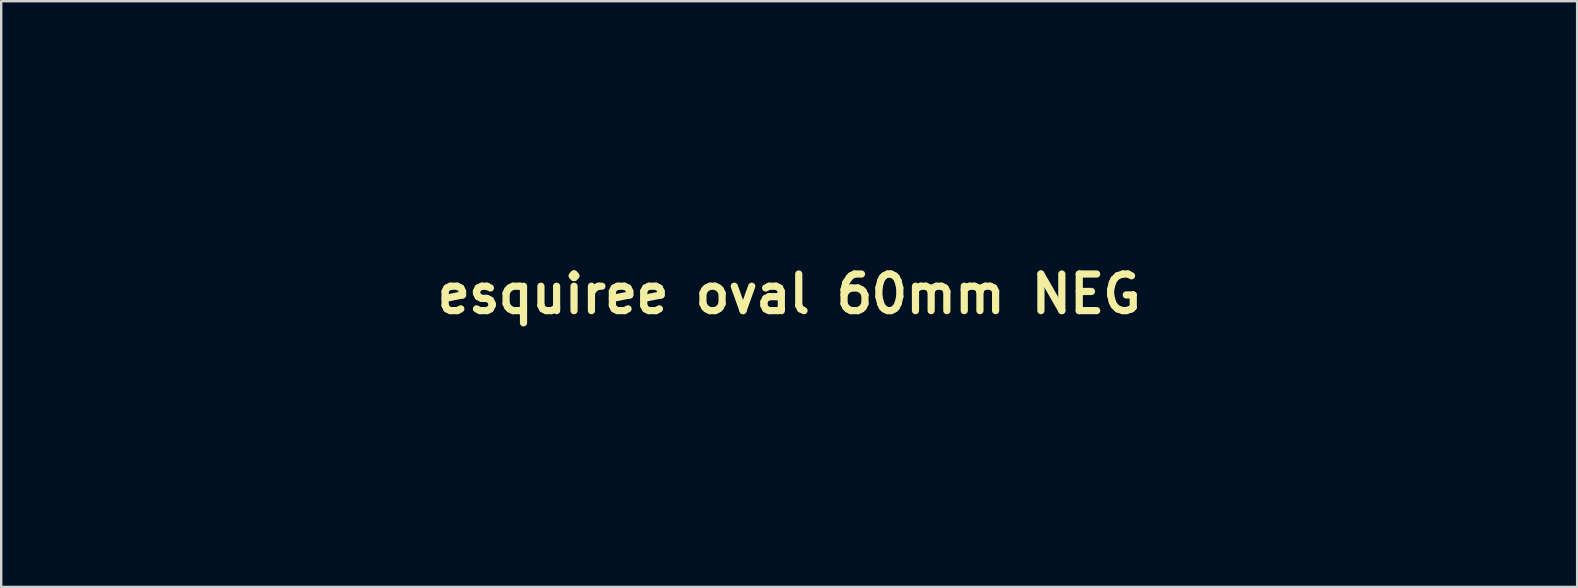
<source format=kicad_pcb>
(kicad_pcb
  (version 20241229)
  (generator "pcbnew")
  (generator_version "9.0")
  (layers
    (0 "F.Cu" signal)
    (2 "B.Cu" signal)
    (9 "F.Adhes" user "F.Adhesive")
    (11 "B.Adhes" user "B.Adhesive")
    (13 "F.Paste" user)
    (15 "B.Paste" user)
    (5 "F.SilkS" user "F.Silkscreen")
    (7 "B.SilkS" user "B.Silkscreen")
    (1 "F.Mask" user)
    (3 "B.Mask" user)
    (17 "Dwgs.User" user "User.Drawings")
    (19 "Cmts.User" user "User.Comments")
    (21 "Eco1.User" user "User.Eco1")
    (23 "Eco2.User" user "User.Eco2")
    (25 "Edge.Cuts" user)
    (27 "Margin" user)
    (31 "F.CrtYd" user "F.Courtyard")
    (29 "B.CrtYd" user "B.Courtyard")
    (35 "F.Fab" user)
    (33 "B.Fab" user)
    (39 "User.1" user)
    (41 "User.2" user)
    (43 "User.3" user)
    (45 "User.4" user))
  (footprint "esquiree oval 60mm NEG"
    (layer "F.Cu")
    (at 29.825 9.2)
    (property "Reference" "esquiree oval 60mm NEG" (at 0 0 0) (layer "F.SilkS") (effects (font (size 1.524 1.524) (thickness 0.3))))
    (attr through_hole)
    (fp_poly (pts (xy 5.907 -5.143) (xy 6.096 -5.071) (xy 6.334 -4.898) (xy 6.497 -4.678) (xy 6.583 -4.428) (xy 6.592 -4.167) (xy 6.525 -3.914) (xy 6.382 -3.686) (xy 6.162 -3.503) (xy 6.098 -3.467) (xy 5.816 -3.37) (xy 5.542 -3.372) (xy 5.309 -3.449) (xy 5.049 -3.614) (xy 4.876 -3.831) (xy 4.788 -4.103) (xy 4.775 -4.283) (xy 4.821 -4.565) (xy 4.946 -4.804) (xy 5.134 -4.992) (xy 5.368 -5.118) (xy 5.631 -5.171) (xy 5.907 -5.143)) (stroke (width 0.01) (type solid)) (fill yes) (layer "F.Mask"))
    (fp_poly (pts (xy 5.541 -3.003) (xy 5.739 -2.868) (xy 5.883 -2.664) (xy 5.895 -2.637) (xy 5.918 -2.567) (xy 5.927 -2.488) (xy 5.919 -2.389) (xy 5.892 -2.261) (xy 5.842 -2.092) (xy 5.766 -1.871) (xy 5.66 -1.59) (xy 5.522 -1.236) (xy 5.349 -0.8) (xy 5.332 -0.758) (xy 5.198 -0.422) (xy 5.078 -0.117) (xy 4.975 0.143) (xy 4.896 0.347) (xy 4.844 0.481) (xy 4.826 0.534) (xy 4.826 0.534) (xy 4.873 0.544) (xy 5.001 0.552) (xy 5.189 0.557) (xy 5.361 0.559) (xy 5.692 0.568) (xy 5.939 0.599) (xy 6.116 0.656) (xy 6.241 0.745) (xy 6.326 0.866) (xy 6.389 1.09) (xy 6.365 1.321) (xy 6.264 1.541) (xy 6.096 1.731) (xy 5.873 1.871) (xy 5.724 1.923) (xy 5.563 1.948) (xy 5.327 1.965) (xy 5.039 1.974) (xy 4.726 1.977) (xy 4.412 1.971) (xy 4.122 1.959) (xy 3.88 1.94) (xy 3.713 1.914) (xy 3.701 1.911) (xy 3.398 1.797) (xy 3.186 1.64) (xy 3.058 1.434) (xy 3.009 1.171) (xy 3.011 1.041) (xy 3.023 0.941) (xy 3.049 0.819) (xy 3.093 0.666) (xy 3.158 0.47) (xy 3.249 0.223) (xy 3.369 -0.088) (xy 3.521 -0.471) (xy 3.706 -0.927) (xy 3.89 -1.38) (xy 4.042 -1.747) (xy 4.166 -2.041) (xy 4.268 -2.27) (xy 4.352 -2.446) (xy 4.422 -2.577) (xy 4.484 -2.675) (xy 4.542 -2.75) (xy 4.581 -2.791) (xy 4.808 -2.96) (xy 5.056 -3.051) (xy 5.306 -3.064) (xy 5.541 -3.003)) (stroke (width 0.01) (type solid)) (fill yes) (layer "F.Mask"))
    (fp_poly (pts (xy -11.246 -3.932) (xy -11.133 -3.908) (xy -11.046 -3.851) (xy -10.962 -3.764) (xy -10.887 -3.675) (xy -10.843 -3.598) (xy -10.825 -3.505) (xy -10.827 -3.366) (xy -10.841 -3.175) (xy -10.853 -2.947) (xy -10.842 -2.75) (xy -10.802 -2.563) (xy -10.725 -2.367) (xy -10.604 -2.143) (xy -10.433 -1.871) (xy -10.292 -1.66) (xy -10.065 -1.314) (xy -9.895 -1.026) (xy -9.774 -0.775) (xy -9.696 -0.542) (xy -9.652 -0.306) (xy -9.633 -0.048) (xy -9.632 0.026) (xy -9.633 0.257) (xy -9.646 0.424) (xy -9.68 0.564) (xy -9.742 0.715) (xy -9.793 0.823) (xy -10.014 1.173) (xy -10.222 1.398) (xy -10.431 1.57) (xy -10.638 1.706) (xy -10.86 1.81) (xy -11.111 1.884) (xy -11.409 1.934) (xy -11.767 1.963) (xy -12.202 1.975) (xy -12.497 1.976) (xy -12.807 1.972) (xy -13.093 1.964) (xy -13.334 1.953) (xy -13.511 1.939) (xy -13.599 1.925) (xy -13.788 1.826) (xy -13.912 1.668) (xy -13.97 1.472) (xy -13.963 1.257) (xy -13.893 1.042) (xy -13.758 0.846) (xy -13.565 0.69) (xy -13.484 0.65) (xy -13.387 0.62) (xy -13.255 0.598) (xy -13.072 0.581) (xy -12.819 0.568) (xy -12.545 0.557) (xy -12.175 0.541) (xy -11.891 0.517) (xy -11.678 0.481) (xy -11.523 0.428) (xy -11.41 0.354) (xy -11.323 0.254) (xy -11.263 0.151) (xy -11.206 -0.006) (xy -11.199 -0.179) (xy -11.245 -0.384) (xy -11.348 -0.642) (xy -11.437 -0.827) (xy -11.646 -1.242) (xy -11.789 -0.959) (xy -11.972 -0.672) (xy -12.184 -0.467) (xy -12.414 -0.348) (xy -12.652 -0.318) (xy -12.887 -0.38) (xy -13.109 -0.536) (xy -13.136 -0.563) (xy -13.233 -0.687) (xy -13.276 -0.818) (xy -13.284 -0.963) (xy -13.279 -1.05) (xy -13.259 -1.149) (xy -13.219 -1.273) (xy -13.155 -1.432) (xy -13.062 -1.641) (xy -12.933 -1.911) (xy -12.764 -2.255) (xy -12.702 -2.382) (xy -12.491 -2.803) (xy -12.316 -3.141) (xy -12.168 -3.404) (xy -12.041 -3.603) (xy -11.927 -3.746) (xy -11.819 -3.841) (xy -11.709 -3.899) (xy -11.59 -3.928) (xy -11.454 -3.937) (xy -11.423 -3.937) (xy -11.246 -3.932)) (stroke (width 0.01) (type solid)) (fill yes) (layer "F.Mask"))
    (fp_poly (pts (xy 20.924 -3.12) (xy 21.303 -3.029) (xy 21.629 -2.869) (xy 21.869 -2.684) (xy 22.11 -2.422) (xy 22.267 -2.142) (xy 22.352 -1.82) (xy 22.374 -1.499) (xy 22.348 -1.148) (xy 22.261 -0.858) (xy 22.1 -0.603) (xy 21.896 -0.391) (xy 21.744 -0.265) (xy 21.592 -0.167) (xy 21.425 -0.094) (xy 21.226 -0.041) (xy 20.979 -0.004) (xy 20.668 0.02) (xy 20.277 0.035) (xy 20.13 0.039) (xy 19.79 0.047) (xy 19.539 0.056) (xy 19.363 0.067) (xy 19.249 0.081) (xy 19.185 0.099) (xy 19.157 0.123) (xy 19.152 0.149) (xy 19.197 0.267) (xy 19.317 0.381) (xy 19.485 0.473) (xy 19.619 0.512) (xy 19.733 0.524) (xy 19.93 0.536) (xy 20.193 0.545) (xy 20.505 0.552) (xy 20.846 0.556) (xy 21.011 0.557) (xy 21.4 0.56) (xy 21.74 0.567) (xy 22.017 0.579) (xy 22.219 0.594) (xy 22.334 0.611) (xy 22.341 0.613) (xy 22.52 0.726) (xy 22.632 0.908) (xy 22.669 1.148) (xy 22.669 1.153) (xy 22.619 1.424) (xy 22.478 1.65) (xy 22.248 1.829) (xy 22.177 1.867) (xy 22.109 1.897) (xy 22.03 1.92) (xy 21.927 1.936) (xy 21.787 1.947) (xy 21.595 1.954) (xy 21.338 1.959) (xy 21.004 1.962) (xy 20.701 1.964) (xy 20.329 1.965) (xy 19.977 1.962) (xy 19.662 1.956) (xy 19.401 1.948) (xy 19.21 1.938) (xy 19.121 1.928) (xy 18.739 1.824) (xy 18.391 1.656) (xy 18.097 1.439) (xy 17.879 1.184) (xy 17.855 1.145) (xy 17.714 0.854) (xy 17.626 0.54) (xy 17.587 0.179) (xy 17.589 -0.203) (xy 17.639 -0.692) (xy 17.75 -1.126) (xy 17.794 -1.226) (xy 19.507 -1.226) (xy 19.554 -1.199) (xy 19.678 -1.181) (xy 19.855 -1.17) (xy 20.062 -1.168) (xy 20.274 -1.174) (xy 20.467 -1.188) (xy 20.618 -1.211) (xy 20.668 -1.224) (xy 20.805 -1.312) (xy 20.864 -1.435) (xy 20.851 -1.57) (xy 20.77 -1.695) (xy 20.626 -1.785) (xy 20.544 -1.808) (xy 20.276 -1.808) (xy 20.008 -1.713) (xy 19.754 -1.53) (xy 19.723 -1.5) (xy 19.608 -1.375) (xy 19.53 -1.274) (xy 19.507 -1.226) (xy 17.794 -1.226) (xy 17.932 -1.535) (xy 18.106 -1.822) (xy 18.454 -2.264) (xy 18.85 -2.62) (xy 19.292 -2.887) (xy 19.773 -3.062) (xy 20.289 -3.144) (xy 20.477 -3.15) (xy 20.924 -3.12)) (stroke (width 0.01) (type solid)) (fill yes) (layer "F.Mask"))
    (fp_poly (pts (xy 15.454 -3.133) (xy 15.86 -3.043) (xy 16.225 -2.885) (xy 16.532 -2.662) (xy 16.602 -2.591) (xy 16.69 -2.474) (xy 16.791 -2.307) (xy 16.855 -2.184) (xy 16.929 -2.01) (xy 16.971 -1.844) (xy 16.988 -1.645) (xy 16.99 -1.499) (xy 16.964 -1.147) (xy 16.876 -0.857) (xy 16.714 -0.601) (xy 16.511 -0.391) (xy 16.359 -0.265) (xy 16.207 -0.167) (xy 16.04 -0.094) (xy 15.841 -0.041) (xy 15.594 -0.004) (xy 15.283 0.02) (xy 14.892 0.035) (xy 14.745 0.039) (xy 14.405 0.047) (xy 14.154 0.056) (xy 13.978 0.067) (xy 13.864 0.081) (xy 13.8 0.099) (xy 13.772 0.123) (xy 13.767 0.149) (xy 13.813 0.267) (xy 13.932 0.381) (xy 14.1 0.473) (xy 14.234 0.512) (xy 14.348 0.524) (xy 14.545 0.536) (xy 14.809 0.545) (xy 15.12 0.552) (xy 15.461 0.556) (xy 15.626 0.557) (xy 16.015 0.56) (xy 16.355 0.567) (xy 16.632 0.579) (xy 16.834 0.594) (xy 16.949 0.611) (xy 16.956 0.613) (xy 17.135 0.726) (xy 17.247 0.908) (xy 17.285 1.148) (xy 17.284 1.153) (xy 17.234 1.424) (xy 17.093 1.65) (xy 16.863 1.829) (xy 16.792 1.867) (xy 16.724 1.897) (xy 16.645 1.92) (xy 16.542 1.936) (xy 16.402 1.947) (xy 16.21 1.954) (xy 15.953 1.959) (xy 15.619 1.962) (xy 15.316 1.964) (xy 14.944 1.965) (xy 14.59 1.962) (xy 14.273 1.956) (xy 14.009 1.947) (xy 13.816 1.936) (xy 13.725 1.926) (xy 13.355 1.822) (xy 13.009 1.649) (xy 12.709 1.423) (xy 12.479 1.158) (xy 12.403 1.031) (xy 12.285 0.709) (xy 12.215 0.325) (xy 12.194 -0.095) (xy 12.223 -0.522) (xy 12.303 -0.93) (xy 12.356 -1.101) (xy 12.412 -1.226) (xy 14.122 -1.226) (xy 14.169 -1.199) (xy 14.293 -1.181) (xy 14.47 -1.17) (xy 14.677 -1.168) (xy 14.889 -1.174) (xy 15.083 -1.188) (xy 15.234 -1.211) (xy 15.284 -1.224) (xy 15.42 -1.312) (xy 15.479 -1.435) (xy 15.466 -1.57) (xy 15.385 -1.695) (xy 15.241 -1.785) (xy 15.159 -1.808) (xy 14.891 -1.808) (xy 14.623 -1.713) (xy 14.37 -1.53) (xy 14.339 -1.5) (xy 14.223 -1.375) (xy 14.145 -1.274) (xy 14.122 -1.226) (xy 12.412 -1.226) (xy 12.566 -1.566) (xy 12.853 -2.002) (xy 13.2 -2.39) (xy 13.59 -2.706) (xy 13.741 -2.8) (xy 14.149 -2.99) (xy 14.582 -3.108) (xy 15.022 -3.155) (xy 15.454 -3.133)) (stroke (width 0.01) (type solid)) (fill yes) (layer "F.Mask"))
    (fp_poly (pts (xy -5.798 -3.128) (xy -5.44 -3.067) (xy -5.224 -2.999) (xy -4.849 -2.799) (xy -4.543 -2.53) (xy -4.31 -2.202) (xy -4.158 -1.828) (xy -4.09 -1.418) (xy -4.114 -0.984) (xy -4.132 -0.882) (xy -4.167 -0.762) (xy -4.238 -0.555) (xy -4.341 -0.271) (xy -4.474 0.084) (xy -4.634 0.5) (xy -4.817 0.97) (xy -5.021 1.486) (xy -5.243 2.04) (xy -5.345 2.293) (xy -6.481 5.105) (xy -5.939 5.136) (xy -5.571 5.172) (xy -5.295 5.238) (xy -5.104 5.34) (xy -4.989 5.482) (xy -4.944 5.669) (xy -4.951 5.834) (xy -5.03 6.103) (xy -5.193 6.316) (xy -5.431 6.467) (xy -5.534 6.507) (xy -5.649 6.537) (xy -5.794 6.557) (xy -5.988 6.571) (xy -6.25 6.58) (xy -6.502 6.585) (xy -6.803 6.587) (xy -7.087 6.583) (xy -7.328 6.574) (xy -7.506 6.561) (xy -7.569 6.551) (xy -7.832 6.461) (xy -8.041 6.303) (xy -8.171 6.142) (xy -8.225 6.051) (xy -8.261 5.955) (xy -8.276 5.843) (xy -8.268 5.706) (xy -8.235 5.534) (xy -8.173 5.317) (xy -8.081 5.046) (xy -7.956 4.711) (xy -7.796 4.301) (xy -7.598 3.809) (xy -7.597 3.804) (xy -7.439 3.414) (xy -7.289 3.044) (xy -7.153 2.707) (xy -7.036 2.416) (xy -6.942 2.184) (xy -6.878 2.026) (xy -6.855 1.968) (xy -6.757 1.726) (xy -6.967 1.832) (xy -7.297 1.948) (xy -7.64 1.971) (xy -7.979 1.907) (xy -8.299 1.763) (xy -8.586 1.545) (xy -8.823 1.257) (xy -8.923 1.081) (xy -9.042 0.736) (xy -9.094 0.333) (xy -9.08 -0.109) (xy -9.069 -0.178) (xy -7.5 -0.178) (xy -7.478 0.07) (xy -7.391 0.273) (xy -7.249 0.409) (xy -7.042 0.485) (xy -6.788 0.504) (xy -6.526 0.466) (xy -6.374 0.413) (xy -6.292 0.372) (xy -6.227 0.324) (xy -6.169 0.253) (xy -6.108 0.141) (xy -6.034 -0.028) (xy -5.937 -0.269) (xy -5.901 -0.361) (xy -5.769 -0.713) (xy -5.683 -0.987) (xy -5.644 -1.198) (xy -5.649 -1.358) (xy -5.699 -1.481) (xy -5.793 -1.58) (xy -5.837 -1.611) (xy -6.072 -1.712) (xy -6.324 -1.718) (xy -6.586 -1.629) (xy -6.848 -1.449) (xy -6.996 -1.305) (xy -7.207 -1.034) (xy -7.363 -0.745) (xy -7.461 -0.454) (xy -7.5 -0.178) (xy -9.069 -0.178) (xy -9.002 -0.57) (xy -8.86 -1.032) (xy -8.826 -1.118) (xy -8.56 -1.659) (xy -8.238 -2.126) (xy -7.866 -2.512) (xy -7.448 -2.813) (xy -6.989 -3.025) (xy -6.896 -3.055) (xy -6.564 -3.123) (xy -6.185 -3.147) (xy -5.798 -3.128)) (stroke (width 0.01) (type solid)) (fill yes) (layer "F.Mask"))
    (fp_poly (pts (xy 8.455 -3.939) (xy 8.623 -3.86) (xy 8.749 -3.711) (xy 8.849 -3.478) (xy 8.868 -3.416) (xy 8.932 -3.244) (xy 9 -3.153) (xy 9.059 -3.126) (xy 9.141 -3.118) (xy 9.309 -3.11) (xy 9.544 -3.102) (xy 9.829 -3.094) (xy 10.149 -3.087) (xy 10.236 -3.086) (xy 10.604 -3.079) (xy 10.886 -3.07) (xy 11.096 -3.059) (xy 11.25 -3.044) (xy 11.364 -3.023) (xy 11.452 -2.995) (xy 11.5 -2.973) (xy 11.69 -2.834) (xy 11.793 -2.642) (xy 11.81 -2.399) (xy 11.739 -2.106) (xy 11.726 -2.071) (xy 11.615 -1.916) (xy 11.42 -1.786) (xy 11.155 -1.688) (xy 10.973 -1.649) (xy 10.644 -1.595) (xy 10.255 -1.154) (xy 9.957 -0.789) (xy 9.75 -0.467) (xy 9.632 -0.187) (xy 9.603 0.053) (xy 9.661 0.255) (xy 9.705 0.322) (xy 9.802 0.414) (xy 9.936 0.48) (xy 10.121 0.524) (xy 10.374 0.549) (xy 10.71 0.558) (xy 10.784 0.559) (xy 11.123 0.566) (xy 11.377 0.591) (xy 11.561 0.638) (xy 11.692 0.711) (xy 11.784 0.817) (xy 11.812 0.866) (xy 11.877 1.093) (xy 11.854 1.326) (xy 11.752 1.547) (xy 11.582 1.735) (xy 11.354 1.872) (xy 11.264 1.904) (xy 11.076 1.941) (xy 10.814 1.967) (xy 10.501 1.982) (xy 10.161 1.986) (xy 9.818 1.98) (xy 9.496 1.964) (xy 9.218 1.937) (xy 9.008 1.901) (xy 8.949 1.884) (xy 8.662 1.737) (xy 8.4 1.512) (xy 8.19 1.234) (xy 8.119 1.097) (xy 8.059 0.944) (xy 8.023 0.786) (xy 8.006 0.591) (xy 8.002 0.356) (xy 8.005 0.117) (xy 8.019 -0.057) (xy 8.052 -0.202) (xy 8.111 -0.355) (xy 8.166 -0.476) (xy 8.285 -0.697) (xy 8.437 -0.941) (xy 8.59 -1.158) (xy 8.593 -1.162) (xy 8.72 -1.325) (xy 8.826 -1.462) (xy 8.894 -1.549) (xy 8.904 -1.562) (xy 8.909 -1.597) (xy 8.847 -1.617) (xy 8.704 -1.625) (xy 8.623 -1.626) (xy 8.292 -1.626) (xy 8.124 -1.21) (xy 7.955 -0.86) (xy 7.766 -0.596) (xy 7.746 -0.575) (xy 7.618 -0.45) (xy 7.515 -0.384) (xy 7.401 -0.359) (xy 7.296 -0.356) (xy 7.019 -0.393) (xy 6.807 -0.501) (xy 6.667 -0.673) (xy 6.606 -0.902) (xy 6.604 -0.956) (xy 6.623 -1.058) (xy 6.676 -1.237) (xy 6.756 -1.476) (xy 6.857 -1.759) (xy 6.973 -2.069) (xy 7.098 -2.39) (xy 7.224 -2.705) (xy 7.346 -2.997) (xy 7.457 -3.251) (xy 7.551 -3.45) (xy 7.599 -3.54) (xy 7.776 -3.775) (xy 7.98 -3.915) (xy 8.219 -3.962) (xy 8.228 -3.962) (xy 8.455 -3.939)) (stroke (width 0.01) (type solid)) (fill yes) (layer "F.Mask"))
    (fp_poly (pts (xy -1.264 -3.141) (xy -1.141 -3.102) (xy -1.021 -3.015) (xy -0.977 -2.976) (xy -0.864 -2.862) (xy -0.808 -2.763) (xy -0.79 -2.632) (xy -0.789 -2.531) (xy -0.797 -2.408) (xy -0.825 -2.266) (xy -0.878 -2.089) (xy -0.961 -1.861) (xy -1.078 -1.564) (xy -1.137 -1.422) (xy -1.326 -0.96) (xy -1.479 -0.582) (xy -1.595 -0.279) (xy -1.678 -0.042) (xy -1.729 0.139) (xy -1.752 0.272) (xy -1.746 0.367) (xy -1.716 0.432) (xy -1.663 0.478) (xy -1.59 0.513) (xy -1.586 0.514) (xy -1.379 0.549) (xy -1.132 0.522) (xy -0.878 0.446) (xy -0.65 0.329) (xy -0.481 0.183) (xy -0.461 0.158) (xy -0.411 0.068) (xy -0.33 -0.102) (xy -0.224 -0.336) (xy -0.099 -0.622) (xy 0.037 -0.943) (xy 0.156 -1.23) (xy 0.346 -1.687) (xy 0.509 -2.057) (xy 0.651 -2.351) (xy 0.78 -2.578) (xy 0.901 -2.749) (xy 1.023 -2.873) (xy 1.151 -2.96) (xy 1.292 -3.019) (xy 1.417 -3.052) (xy 1.648 -3.062) (xy 1.873 -2.999) (xy 2.059 -2.876) (xy 2.155 -2.75) (xy 2.198 -2.654) (xy 2.223 -2.553) (xy 2.227 -2.438) (xy 2.207 -2.295) (xy 2.161 -2.114) (xy 2.085 -1.883) (xy 1.977 -1.59) (xy 1.834 -1.224) (xy 1.702 -0.893) (xy 1.563 -0.546) (xy 1.438 -0.23) (xy 1.331 0.045) (xy 1.248 0.266) (xy 1.192 0.419) (xy 1.169 0.493) (xy 1.168 0.496) (xy 1.199 0.525) (xy 1.297 0.545) (xy 1.475 0.556) (xy 1.74 0.559) (xy 2.065 0.568) (xy 2.305 0.598) (xy 2.475 0.655) (xy 2.591 0.745) (xy 2.669 0.875) (xy 2.69 0.933) (xy 2.723 1.183) (xy 2.664 1.427) (xy 2.522 1.646) (xy 2.306 1.821) (xy 2.27 1.841) (xy 2.181 1.883) (xy 2.085 1.913) (xy 1.963 1.935) (xy 1.798 1.951) (xy 1.572 1.962) (xy 1.266 1.971) (xy 1.197 1.972) (xy 0.815 1.978) (xy 0.518 1.973) (xy 0.292 1.955) (xy 0.121 1.92) (xy -0.01 1.868) (xy -0.117 1.794) (xy -0.186 1.728) (xy -0.279 1.635) (xy -0.338 1.609) (xy -0.397 1.643) (xy -0.43 1.672) (xy -0.553 1.774) (xy -0.677 1.849) (xy -0.82 1.901) (xy -1.002 1.934) (xy -1.242 1.954) (xy -1.559 1.964) (xy -1.676 1.966) (xy -1.959 1.967) (xy -2.214 1.963) (xy -2.42 1.955) (xy -2.556 1.943) (xy -2.591 1.936) (xy -2.931 1.776) (xy -3.182 1.566) (xy -3.397 1.275) (xy -3.514 0.96) (xy -3.535 0.616) (xy -3.485 0.328) (xy -3.435 0.165) (xy -3.353 -0.065) (xy -3.246 -0.347) (xy -3.119 -0.667) (xy -2.98 -1.008) (xy -2.835 -1.357) (xy -2.689 -1.697) (xy -2.551 -2.014) (xy -2.425 -2.293) (xy -2.318 -2.518) (xy -2.236 -2.674) (xy -2.196 -2.737) (xy -1.988 -2.956) (xy -1.778 -3.088) (xy -1.543 -3.145) (xy -1.44 -3.15) (xy -1.264 -3.141)) (stroke (width 0.01) (type solid)) (fill yes) (layer "F.Mask"))
    (fp_poly (pts (xy -14.656 -7.036) (xy -14.099 -7.035) (xy -13.635 -7.033) (xy -13.253 -7.029) (xy -12.946 -7.022) (xy -12.702 -7.01) (xy -12.514 -6.994) (xy -12.371 -6.972) (xy -12.264 -6.944) (xy -12.185 -6.908) (xy -12.123 -6.865) (xy -12.07 -6.812) (xy -12.065 -6.807) (xy -11.969 -6.63) (xy -11.944 -6.412) (xy -11.985 -6.176) (xy -12.085 -5.946) (xy -12.238 -5.747) (xy -12.359 -5.648) (xy -12.565 -5.512) (xy -14.271 -5.486) (xy -15.977 -5.461) (xy -16.468 -4.242) (xy -16.958 -3.023) (xy -16.315 -2.996) (xy -16.064 -2.983) (xy -15.846 -2.966) (xy -15.684 -2.946) (xy -15.598 -2.927) (xy -15.596 -2.925) (xy -15.392 -2.754) (xy -15.273 -2.54) (xy -15.241 -2.3) (xy -15.296 -2.052) (xy -15.442 -1.813) (xy -15.458 -1.794) (xy -15.583 -1.665) (xy -15.711 -1.57) (xy -15.86 -1.503) (xy -16.048 -1.46) (xy -16.293 -1.435) (xy -16.611 -1.425) (xy -16.82 -1.424) (xy -17.613 -1.422) (xy -18.331 0.346) (xy -18.493 0.745) (xy -18.642 1.115) (xy -18.774 1.444) (xy -18.885 1.722) (xy -18.971 1.94) (xy -19.027 2.085) (xy -19.05 2.148) (xy -19.05 2.149) (xy -19.001 2.157) (xy -18.86 2.163) (xy -18.638 2.17) (xy -18.344 2.175) (xy -17.989 2.18) (xy -17.583 2.184) (xy -17.136 2.186) (xy -16.726 2.187) (xy -16.24 2.189) (xy -15.777 2.192) (xy -15.35 2.197) (xy -14.969 2.202) (xy -14.646 2.209) (xy -14.392 2.217) (xy -14.22 2.225) (xy -14.151 2.232) (xy -13.951 2.286) (xy -13.802 2.387) (xy -13.752 2.439) (xy -13.667 2.545) (xy -13.626 2.642) (xy -13.617 2.773) (xy -13.624 2.898) (xy -13.685 3.188) (xy -13.824 3.421) (xy -14.05 3.605) (xy -14.159 3.665) (xy -14.402 3.785) (xy -17.075 3.802) (xy -19.749 3.819) (xy -19.996 4.361) (xy -20.293 4.959) (xy -20.598 5.468) (xy -20.922 5.898) (xy -21.275 6.262) (xy -21.667 6.571) (xy -22.108 6.837) (xy -22.192 6.88) (xy -22.6 7.042) (xy -23.062 7.154) (xy -23.549 7.211) (xy -24.032 7.212) (xy -24.482 7.155) (xy -24.715 7.094) (xy -25.187 6.892) (xy -25.59 6.62) (xy -25.921 6.286) (xy -26.175 5.9) (xy -26.346 5.469) (xy -26.432 5.002) (xy -26.428 4.683) (xy -24.635 4.683) (xy -24.598 4.932) (xy -24.486 5.167) (xy -24.296 5.37) (xy -24.12 5.483) (xy -23.868 5.562) (xy -23.571 5.577) (xy -23.26 5.531) (xy -22.982 5.431) (xy -22.765 5.295) (xy -22.522 5.094) (xy -22.278 4.85) (xy -22.055 4.589) (xy -21.877 4.335) (xy -21.806 4.207) (xy -21.726 4.04) (xy -21.667 3.91) (xy -21.641 3.843) (xy -21.641 3.84) (xy -21.689 3.831) (xy -21.824 3.823) (xy -22.032 3.817) (xy -22.296 3.812) (xy -22.604 3.81) (xy -22.724 3.81) (xy -23.115 3.812) (xy -23.419 3.817) (xy -23.651 3.827) (xy -23.825 3.843) (xy -23.956 3.866) (xy -24.043 3.89) (xy -24.301 4.024) (xy -24.486 4.212) (xy -24.598 4.437) (xy -24.635 4.683) (xy -26.428 4.683) (xy -26.426 4.509) (xy -26.325 3.997) (xy -26.322 3.986) (xy -26.179 3.639) (xy -25.961 3.293) (xy -25.692 2.98) (xy -25.395 2.732) (xy -25.168 2.594) (xy -24.918 2.48) (xy -24.636 2.387) (xy -24.31 2.314) (xy -23.931 2.259) (xy -23.487 2.221) (xy -22.968 2.197) (xy -22.363 2.186) (xy -22.068 2.185) (xy -20.946 2.184) (xy -20.253 0.47) (xy -20.094 0.074) (xy -19.945 -0.293) (xy -19.813 -0.623) (xy -19.7 -0.902) (xy -19.613 -1.12) (xy -19.555 -1.265) (xy -19.531 -1.327) (xy -19.53 -1.374) (xy -19.581 -1.404) (xy -19.704 -1.423) (xy -19.817 -1.433) (xy -20.002 -1.452) (xy -20.124 -1.488) (xy -20.218 -1.556) (xy -20.277 -1.617) (xy -20.371 -1.745) (xy -20.413 -1.88) (xy -20.422 -2.035) (xy -20.39 -2.307) (xy -20.285 -2.53) (xy -20.134 -2.702) (xy -19.995 -2.813) (xy -19.836 -2.891) (xy -19.635 -2.944) (xy -19.364 -2.98) (xy -19.256 -2.989) (xy -18.827 -3.023) (xy -18.129 -4.714) (xy -17.963 -5.114) (xy -17.804 -5.492) (xy -17.657 -5.837) (xy -17.528 -6.136) (xy -17.421 -6.376) (xy -17.343 -6.545) (xy -17.303 -6.625) (xy -17.246 -6.72) (xy -17.192 -6.799) (xy -17.129 -6.863) (xy -17.051 -6.915) (xy -16.945 -6.955) (xy -16.805 -6.985) (xy -16.619 -7.007) (xy -16.379 -7.021) (xy -16.076 -7.03) (xy -15.699 -7.034) (xy -15.24 -7.036) (xy -14.69 -7.036) (xy -14.656 -7.036)) (stroke (width 0.01) (type solid)) (fill yes) (layer "F.Mask"))
    (fp_poly (pts (xy 29.82 9.195) (xy -29.82 9.195) (xy -29.82 -0.1) (xy -29.032 -0.1) (xy -29.032 -0.025) (xy -29.032 0.653) (xy -29.031 1.238) (xy -29.029 1.74) (xy -29.025 2.168) (xy -29.018 2.53) (xy -29.007 2.836) (xy -28.993 3.095) (xy -28.973 3.316) (xy -28.948 3.508) (xy -28.917 3.68) (xy -28.879 3.841) (xy -28.833 4.001) (xy -28.779 4.167) (xy -28.715 4.35) (xy -28.691 4.42) (xy -28.393 5.12) (xy -28.013 5.772) (xy -27.558 6.368) (xy -27.035 6.903) (xy -26.454 7.369) (xy -25.822 7.761) (xy -25.146 8.072) (xy -24.435 8.296) (xy -23.696 8.427) (xy -23.68 8.429) (xy -23.604 8.432) (xy -23.429 8.435) (xy -23.16 8.437) (xy -22.799 8.44) (xy -22.349 8.442) (xy -21.813 8.444) (xy -21.196 8.446) (xy -20.499 8.448) (xy -19.727 8.45) (xy -18.882 8.452) (xy -17.967 8.454) (xy -16.987 8.456) (xy -15.944 8.457) (xy -14.841 8.458) (xy -13.682 8.46) (xy -12.47 8.461) (xy -11.208 8.462) (xy -9.899 8.462) (xy -8.547 8.463) (xy -7.154 8.463) (xy -5.725 8.464) (xy -4.262 8.464) (xy -2.768 8.464) (xy -1.247 8.464) (xy 0.229 8.463) (xy 2.077 8.463) (xy 3.826 8.462) (xy 5.48 8.461) (xy 7.04 8.461) (xy 8.509 8.46) (xy 9.891 8.459) (xy 11.187 8.459) (xy 12.402 8.458) (xy 13.536 8.457) (xy 14.594 8.456) (xy 15.578 8.454) (xy 16.49 8.453) (xy 17.334 8.452) (xy 18.112 8.45) (xy 18.826 8.449) (xy 19.481 8.447) (xy 20.078 8.445) (xy 20.62 8.443) (xy 21.11 8.44) (xy 21.55 8.438) (xy 21.944 8.435) (xy 22.294 8.432) (xy 22.604 8.429) (xy 22.874 8.425) (xy 23.11 8.421) (xy 23.312 8.417) (xy 23.484 8.413) (xy 23.629 8.408) (xy 23.75 8.404) (xy 23.848 8.398) (xy 23.928 8.393) (xy 23.991 8.387) (xy 24.041 8.381) (xy 24.079 8.374) (xy 24.105 8.369) (xy 24.769 8.18) (xy 25.362 7.956) (xy 25.908 7.683) (xy 26.355 7.407) (xy 26.909 6.976) (xy 27.42 6.467) (xy 27.875 5.896) (xy 28.261 5.281) (xy 28.565 4.639) (xy 28.672 4.343) (xy 28.733 4.154) (xy 28.786 3.986) (xy 28.83 3.83) (xy 28.867 3.675) (xy 28.897 3.511) (xy 28.921 3.33) (xy 28.94 3.121) (xy 28.954 2.875) (xy 28.966 2.581) (xy 28.974 2.23) (xy 28.98 1.812) (xy 28.985 1.318) (xy 28.99 0.737) (xy 28.993 0.371) (xy 28.997 -0.325) (xy 28.999 -0.957) (xy 28.997 -1.518) (xy 28.994 -2.003) (xy 28.987 -2.407) (xy 28.978 -2.723) (xy 28.967 -2.945) (xy 28.962 -3.007) (xy 28.834 -3.799) (xy 28.618 -4.542) (xy 28.312 -5.238) (xy 27.916 -5.888) (xy 27.429 -6.494) (xy 27.254 -6.679) (xy 26.669 -7.21) (xy 26.047 -7.648) (xy 25.38 -7.998) (xy 24.66 -8.263) (xy 24.042 -8.418) (xy 24.004 -8.425) (xy 23.96 -8.432) (xy 23.907 -8.438) (xy 23.841 -8.444) (xy 23.762 -8.45) (xy 23.664 -8.455) (xy 23.547 -8.46) (xy 23.407 -8.465) (xy 23.242 -8.469) (xy 23.048 -8.473) (xy 22.822 -8.477) (xy 22.563 -8.481) (xy 22.267 -8.484) (xy 21.932 -8.487) (xy 21.555 -8.49) (xy 21.132 -8.492) (xy 20.662 -8.494) (xy 20.141 -8.497) (xy 19.567 -8.498) (xy 18.937 -8.5) (xy 18.249 -8.502) (xy 17.498 -8.503) (xy 16.684 -8.504) (xy 15.802 -8.505) (xy 14.85 -8.506) (xy 13.826 -8.507) (xy 12.727 -8.507) (xy 11.549 -8.508) (xy 10.29 -8.508) (xy 8.948 -8.508) (xy 7.519 -8.509) (xy 6.001 -8.509) (xy 4.391 -8.509) (xy 2.687 -8.509) (xy 0.885 -8.509) (xy -0.025 -8.509) (xy -1.876 -8.509) (xy -3.627 -8.509) (xy -5.283 -8.509) (xy -6.845 -8.509) (xy -8.317 -8.509) (xy -9.701 -8.508) (xy -11 -8.508) (xy -12.216 -8.507) (xy -13.353 -8.507) (xy -14.414 -8.506) (xy -15.4 -8.505) (xy -16.315 -8.504) (xy -17.162 -8.503) (xy -17.943 -8.502) (xy -18.662 -8.501) (xy -19.32 -8.499) (xy -19.921 -8.497) (xy -20.467 -8.495) (xy -20.961 -8.493) (xy -21.406 -8.491) (xy -21.805 -8.488) (xy -22.161 -8.485) (xy -22.475 -8.482) (xy -22.752 -8.479) (xy -22.993 -8.475) (xy -23.202 -8.471) (xy -23.381 -8.467) (xy -23.533 -8.463) (xy -23.661 -8.458) (xy -23.768 -8.453) (xy -23.855 -8.447) (xy -23.927 -8.441) (xy -23.986 -8.435) (xy -24.035 -8.429) (xy -24.075 -8.422) (xy -24.093 -8.418) (xy -24.874 -8.21) (xy -25.602 -7.917) (xy -26.274 -7.542) (xy -26.886 -7.09) (xy -27.432 -6.566) (xy -27.909 -5.973) (xy -28.313 -5.316) (xy -28.639 -4.598) (xy -28.883 -3.826) (xy -28.923 -3.658) (xy -28.945 -3.555) (xy -28.965 -3.457) (xy -28.981 -3.352) (xy -28.994 -3.233) (xy -29.005 -3.092) (xy -29.013 -2.919) (xy -29.02 -2.706) (xy -29.025 -2.444) (xy -29.028 -2.124) (xy -29.03 -1.739) (xy -29.031 -1.279) (xy -29.032 -0.735) (xy -29.032 -0.1) (xy -29.82 -0.1) (xy -29.82 -9.195) (xy 29.82 -9.195) (xy 29.82 9.195)) (stroke (width 0.01) (type solid)) (fill yes) (layer "F.Mask")))
  (gr_rect
    (start -3 -3)
    (end 62.649 21.4)
    (stroke (width 0.1) (type default))
    (fill no)
    (layer "Edge.Cuts")))
</source>
